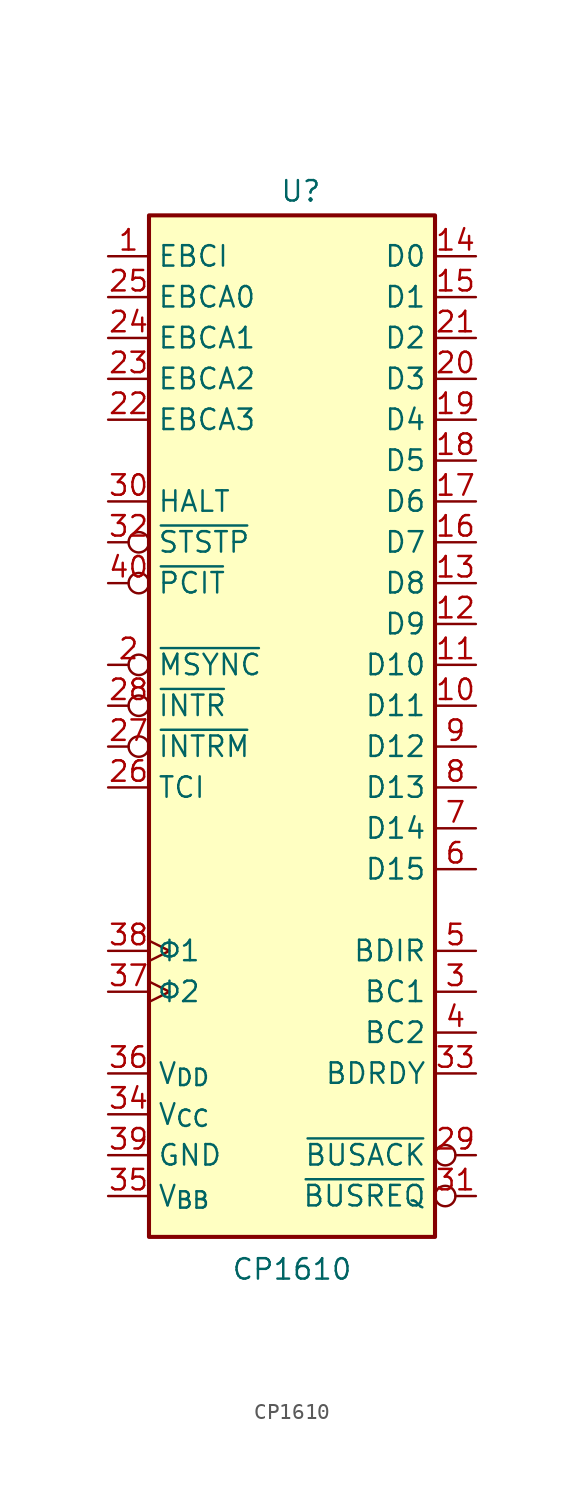
<source format=kicad_sym>
(kicad_symbol_lib
  (version 20241209)
  (generator "kicad_symbol_editor")
  (generator_version "9.0")
  (symbol "CP1610"
    (property "Reference" "U"
      (at -0.762 32.512 0)
      (effects (font (size 1.27 1.27)) (justify left bottom)))
    (property "Value" "CP1610"
      (at 0 -33.02 0)
      (effects (font (size 1.27 1.27)) (justify top)))
    (symbol "CP1610_0_1"
      (rectangle (start -8.89 31.75) (end 8.89 -31.75) (stroke (width 0.254) (type default)) (fill (type background))))
    (symbol "CP1610_1_1"
      (pin input line (at -11.43 29.21 0) (length 2.54) (name "EBCI" (effects (font (size 1.27 1.27)))) (number "1" (effects (font (size 1.27 1.27)))))
      (pin output line (at -11.43 26.67 0) (length 2.54) (name "EBCA0" (effects (font (size 1.27 1.27)))) (number "25" (effects (font (size 1.27 1.27)))))
      (pin output line (at -11.43 24.13 0) (length 2.54) (name "EBCA1" (effects (font (size 1.27 1.27)))) (number "24" (effects (font (size 1.27 1.27)))))
      (pin output line (at -11.43 21.59 0) (length 2.54) (name "EBCA2" (effects (font (size 1.27 1.27)))) (number "23" (effects (font (size 1.27 1.27)))))
      (pin output line (at -11.43 19.05 0) (length 2.54) (name "EBCA3" (effects (font (size 1.27 1.27)))) (number "22" (effects (font (size 1.27 1.27)))))
      (pin output line (at -11.43 13.97 0) (length 2.54) (name "HALT" (effects (font (size 1.27 1.27)))) (number "30" (effects (font (size 1.27 1.27)))))
      (pin input inverted (at -11.43 11.43 0) (length 2.54) (name "~{STSTP}" (effects (font (size 1.27 1.27)))) (number "32" (effects (font (size 1.27 1.27)))))
      (pin bidirectional inverted (at -11.43 8.89 0) (length 2.54) (name "~{PCIT}" (effects (font (size 1.27 1.27)))) (number "40" (effects (font (size 1.27 1.27)))))
      (pin input inverted (at -11.43 3.81 0) (length 2.54) (name "~{MSYNC}" (effects (font (size 1.27 1.27)))) (number "2" (effects (font (size 1.27 1.27)))))
      (pin input inverted (at -11.43 1.27 0) (length 2.54) (name "~{INTR}" (effects (font (size 1.27 1.27)))) (number "28" (effects (font (size 1.27 1.27)))))
      (pin input inverted (at -11.43 -1.27 0) (length 2.54) (name "~{INTRM}" (effects (font (size 1.27 1.27)))) (number "27" (effects (font (size 1.27 1.27)))))
      (pin output line (at -11.43 -3.81 0) (length 2.54) (name "TCI" (effects (font (size 1.27 1.27)))) (number "26" (effects (font (size 1.27 1.27)))))
      (pin input clock (at -11.43 -13.97 0) (length 2.54) (name "Φ1" (effects (font (size 1.27 1.27)))) (number "38" (effects (font (size 1.27 1.27)))))
      (pin input clock (at -11.43 -16.51 0) (length 2.54) (name "Φ2" (effects (font (size 1.27 1.27)))) (number "37" (effects (font (size 1.27 1.27)))))
      (pin power_in line (at -11.43 -21.59 0) (length 2.54) (name "V_{DD}" (effects (font (size 1.27 1.27)))) (number "36" (effects (font (size 1.27 1.27)))))
      (pin power_in line (at -11.43 -24.13 0) (length 2.54) (name "V_{CC}" (effects (font (size 1.27 1.27)))) (number "34" (effects (font (size 1.27 1.27)))))
      (pin power_in line (at -11.43 -26.67 0) (length 2.54) (name "GND" (effects (font (size 1.27 1.27)))) (number "39" (effects (font (size 1.27 1.27)))))
      (pin power_in line (at -11.43 -29.21 0) (length 2.54) (name "V_{BB}" (effects (font (size 1.27 1.27)))) (number "35" (effects (font (size 1.27 1.27)))))
      (pin bidirectional line (at 11.43 29.21 180) (length 2.54) (name "D0" (effects (font (size 1.27 1.27)))) (number "14" (effects (font (size 1.27 1.27)))))
      (pin bidirectional line (at 11.43 26.67 180) (length 2.54) (name "D1" (effects (font (size 1.27 1.27)))) (number "15" (effects (font (size 1.27 1.27)))))
      (pin bidirectional line (at 11.43 24.13 180) (length 2.54) (name "D2" (effects (font (size 1.27 1.27)))) (number "21" (effects (font (size 1.27 1.27)))))
      (pin bidirectional line (at 11.43 21.59 180) (length 2.54) (name "D3" (effects (font (size 1.27 1.27)))) (number "20" (effects (font (size 1.27 1.27)))))
      (pin bidirectional line (at 11.43 19.05 180) (length 2.54) (name "D4" (effects (font (size 1.27 1.27)))) (number "19" (effects (font (size 1.27 1.27)))))
      (pin bidirectional line (at 11.43 16.51 180) (length 2.54) (name "D5" (effects (font (size 1.27 1.27)))) (number "18" (effects (font (size 1.27 1.27)))))
      (pin bidirectional line (at 11.43 13.97 180) (length 2.54) (name "D6" (effects (font (size 1.27 1.27)))) (number "17" (effects (font (size 1.27 1.27)))))
      (pin bidirectional line (at 11.43 11.43 180) (length 2.54) (name "D7" (effects (font (size 1.27 1.27)))) (number "16" (effects (font (size 1.27 1.27)))))
      (pin bidirectional line (at 11.43 8.89 180) (length 2.54) (name "D8" (effects (font (size 1.27 1.27)))) (number "13" (effects (font (size 1.27 1.27)))))
      (pin bidirectional line (at 11.43 6.35 180) (length 2.54) (name "D9" (effects (font (size 1.27 1.27)))) (number "12" (effects (font (size 1.27 1.27)))))
      (pin bidirectional line (at 11.43 3.81 180) (length 2.54) (name "D10" (effects (font (size 1.27 1.27)))) (number "11" (effects (font (size 1.27 1.27)))))
      (pin bidirectional line (at 11.43 1.27 180) (length 2.54) (name "D11" (effects (font (size 1.27 1.27)))) (number "10" (effects (font (size 1.27 1.27)))))
      (pin bidirectional line (at 11.43 -1.27 180) (length 2.54) (name "D12" (effects (font (size 1.27 1.27)))) (number "9" (effects (font (size 1.27 1.27)))))
      (pin bidirectional line (at 11.43 -3.81 180) (length 2.54) (name "D13" (effects (font (size 1.27 1.27)))) (number "8" (effects (font (size 1.27 1.27)))))
      (pin bidirectional line (at 11.43 -6.35 180) (length 2.54) (name "D14" (effects (font (size 1.27 1.27)))) (number "7" (effects (font (size 1.27 1.27)))))
      (pin bidirectional line (at 11.43 -8.89 180) (length 2.54) (name "D15" (effects (font (size 1.27 1.27)))) (number "6" (effects (font (size 1.27 1.27)))))
      (pin output line (at 11.43 -13.97 180) (length 2.54) (name "BDIR" (effects (font (size 1.27 1.27)))) (number "5" (effects (font (size 1.27 1.27)))))
      (pin output line (at 11.43 -16.51 180) (length 2.54) (name "BC1" (effects (font (size 1.27 1.27)))) (number "3" (effects (font (size 1.27 1.27)))))
      (pin output line (at 11.43 -19.05 180) (length 2.54) (name "BC2" (effects (font (size 1.27 1.27)))) (number "4" (effects (font (size 1.27 1.27)))))
      (pin input line (at 11.43 -21.59 180) (length 2.54) (name "BDRDY" (effects (font (size 1.27 1.27)))) (number "33" (effects (font (size 1.27 1.27)))))
      (pin output inverted (at 11.43 -26.67 180) (length 2.54) (name "~{BUSACK}" (effects (font (size 1.27 1.27)))) (number "29" (effects (font (size 1.27 1.27)))))
      (pin input inverted (at 11.43 -29.21 180) (length 2.54) (name "~{BUSREQ}" (effects (font (size 1.27 1.27)))) (number "31" (effects (font (size 1.27 1.27))))))))
</source>
